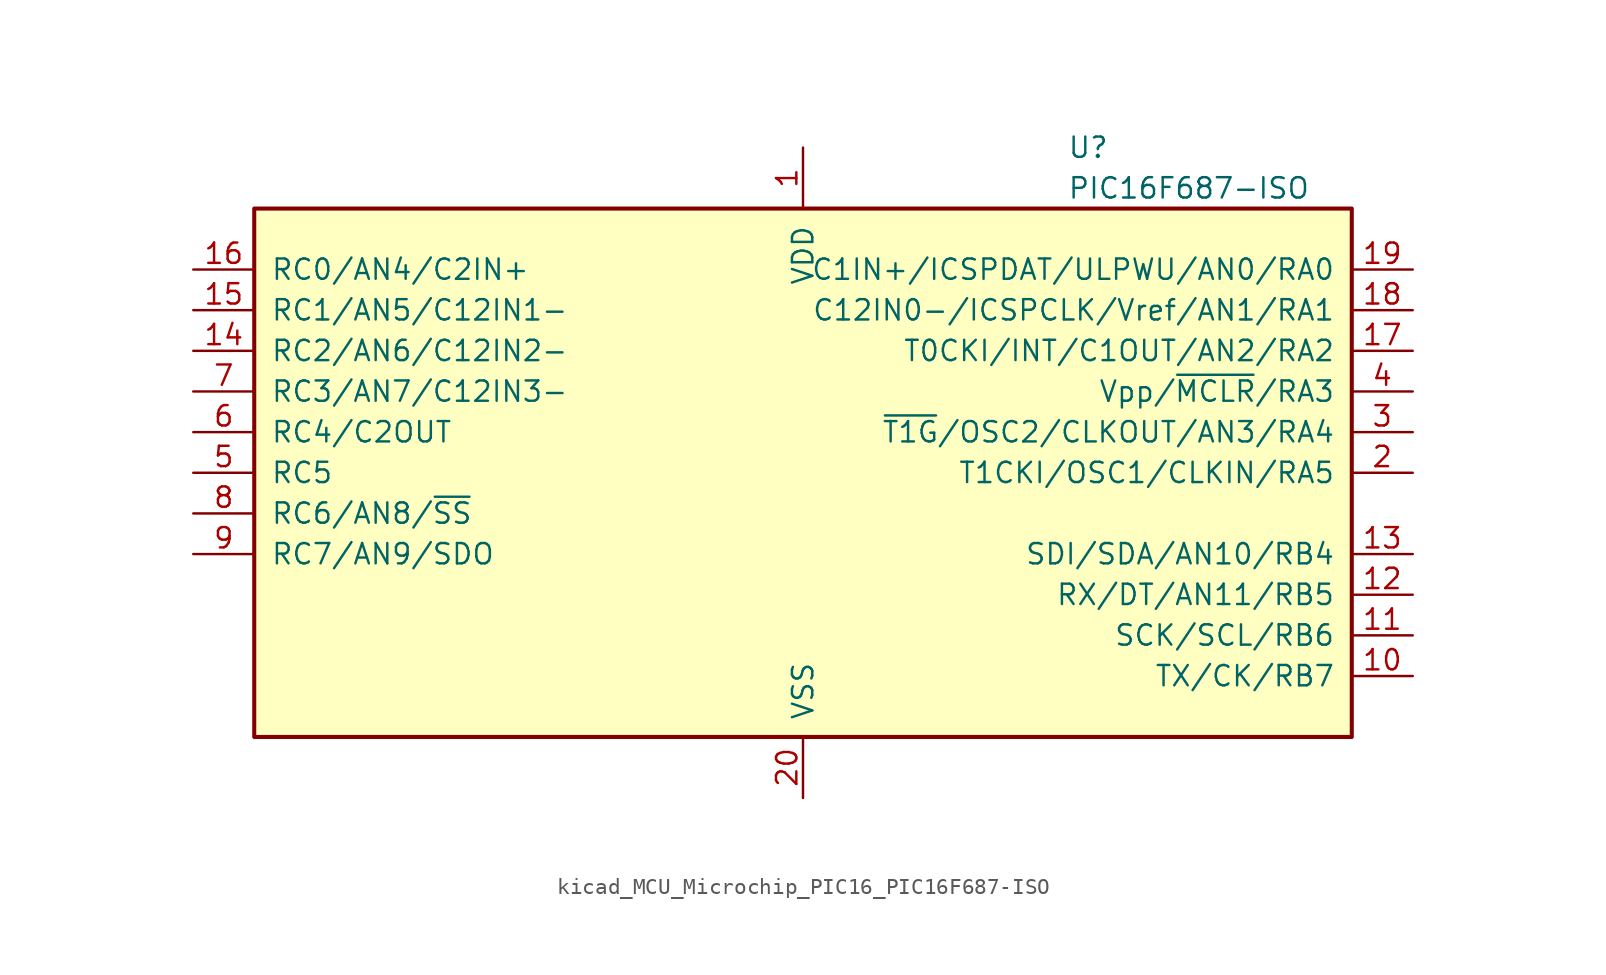
<source format=kicad_sym>
(kicad_symbol_lib
  (version 20220914)
  (generator kicad_symbol_editor)
  (symbol "kicad_MCU_Microchip_PIC16_PIC16F687-ISO"
    (pin_names
      (offset 1.016))
    (property "Reference" "U"
      (at 16.51 20.32 0)
      (effects (font (size 1.27 1.27)) (justify left)))
    (property "Value" "PIC16F687-ISO"
      (at 16.51 17.78 0)
      (effects (font (size 1.27 1.27)) (justify left)))
    (symbol "kicad_MCU_Microchip_PIC16_PIC16F687-ISO_0_1"
      (rectangle (start -34.29 16.51) (end 34.29 -16.51) (stroke (width 0.254) (type default)) (fill (type background))))
    (symbol "kicad_MCU_Microchip_PIC16_PIC16F687-ISO_1_1"
      (pin power_in line (at 0 20.32 270) (length 3.81) (name "VDD" (effects (font (size 1.27 1.27)))) (number "1" (effects (font (size 1.27 1.27)))))
      (pin bidirectional line (at 38.1 -12.7 180) (length 3.81) (name "TX/CK/RB7" (effects (font (size 1.27 1.27)))) (number "10" (effects (font (size 1.27 1.27)))))
      (pin bidirectional line (at 38.1 -10.16 180) (length 3.81) (name "SCK/SCL/RB6" (effects (font (size 1.27 1.27)))) (number "11" (effects (font (size 1.27 1.27)))))
      (pin bidirectional line (at 38.1 -7.62 180) (length 3.81) (name "RX/DT/AN11/RB5" (effects (font (size 1.27 1.27)))) (number "12" (effects (font (size 1.27 1.27)))))
      (pin bidirectional line (at 38.1 -5.08 180) (length 3.81) (name "SDI/SDA/AN10/RB4" (effects (font (size 1.27 1.27)))) (number "13" (effects (font (size 1.27 1.27)))))
      (pin bidirectional line (at -38.1 7.62 0) (length 3.81) (name "RC2/AN6/C12IN2-" (effects (font (size 1.27 1.27)))) (number "14" (effects (font (size 1.27 1.27)))))
      (pin bidirectional line (at -38.1 10.16 0) (length 3.81) (name "RC1/AN5/C12IN1-" (effects (font (size 1.27 1.27)))) (number "15" (effects (font (size 1.27 1.27)))))
      (pin bidirectional line (at -38.1 12.7 0) (length 3.81) (name "RC0/AN4/C2IN+" (effects (font (size 1.27 1.27)))) (number "16" (effects (font (size 1.27 1.27)))))
      (pin bidirectional line (at 38.1 7.62 180) (length 3.81) (name "T0CKI/INT/C1OUT/AN2/RA2" (effects (font (size 1.27 1.27)))) (number "17" (effects (font (size 1.27 1.27)))))
      (pin bidirectional line (at 38.1 10.16 180) (length 3.81) (name "C12IN0-/ICSPCLK/Vref/AN1/RA1" (effects (font (size 1.27 1.27)))) (number "18" (effects (font (size 1.27 1.27)))))
      (pin bidirectional line (at 38.1 12.7 180) (length 3.81) (name "C1IN+/ICSPDAT/ULPWU/AN0/RA0" (effects (font (size 1.27 1.27)))) (number "19" (effects (font (size 1.27 1.27)))))
      (pin bidirectional line (at 38.1 0 180) (length 3.81) (name "T1CKI/OSC1/CLKIN/RA5" (effects (font (size 1.27 1.27)))) (number "2" (effects (font (size 1.27 1.27)))))
      (pin power_in line (at 0 -20.32 90) (length 3.81) (name "VSS" (effects (font (size 1.27 1.27)))) (number "20" (effects (font (size 1.27 1.27)))))
      (pin bidirectional line (at 38.1 2.54 180) (length 3.81) (name "~{T1G}/OSC2/CLKOUT/AN3/RA4" (effects (font (size 1.27 1.27)))) (number "3" (effects (font (size 1.27 1.27)))))
      (pin input line (at 38.1 5.08 180) (length 3.81) (name "Vpp/~{MCLR}/RA3" (effects (font (size 1.27 1.27)))) (number "4" (effects (font (size 1.27 1.27)))))
      (pin bidirectional line (at -38.1 0 0) (length 3.81) (name "RC5" (effects (font (size 1.27 1.27)))) (number "5" (effects (font (size 1.27 1.27)))))
      (pin bidirectional line (at -38.1 2.54 0) (length 3.81) (name "RC4/C2OUT" (effects (font (size 1.27 1.27)))) (number "6" (effects (font (size 1.27 1.27)))))
      (pin bidirectional line (at -38.1 5.08 0) (length 3.81) (name "RC3/AN7/C12IN3-" (effects (font (size 1.27 1.27)))) (number "7" (effects (font (size 1.27 1.27)))))
      (pin bidirectional line (at -38.1 -2.54 0) (length 3.81) (name "RC6/AN8/~{SS}" (effects (font (size 1.27 1.27)))) (number "8" (effects (font (size 1.27 1.27)))))
      (pin bidirectional line (at -38.1 -5.08 0) (length 3.81) (name "RC7/AN9/SDO" (effects (font (size 1.27 1.27)))) (number "9" (effects (font (size 1.27 1.27))))))))
</source>
